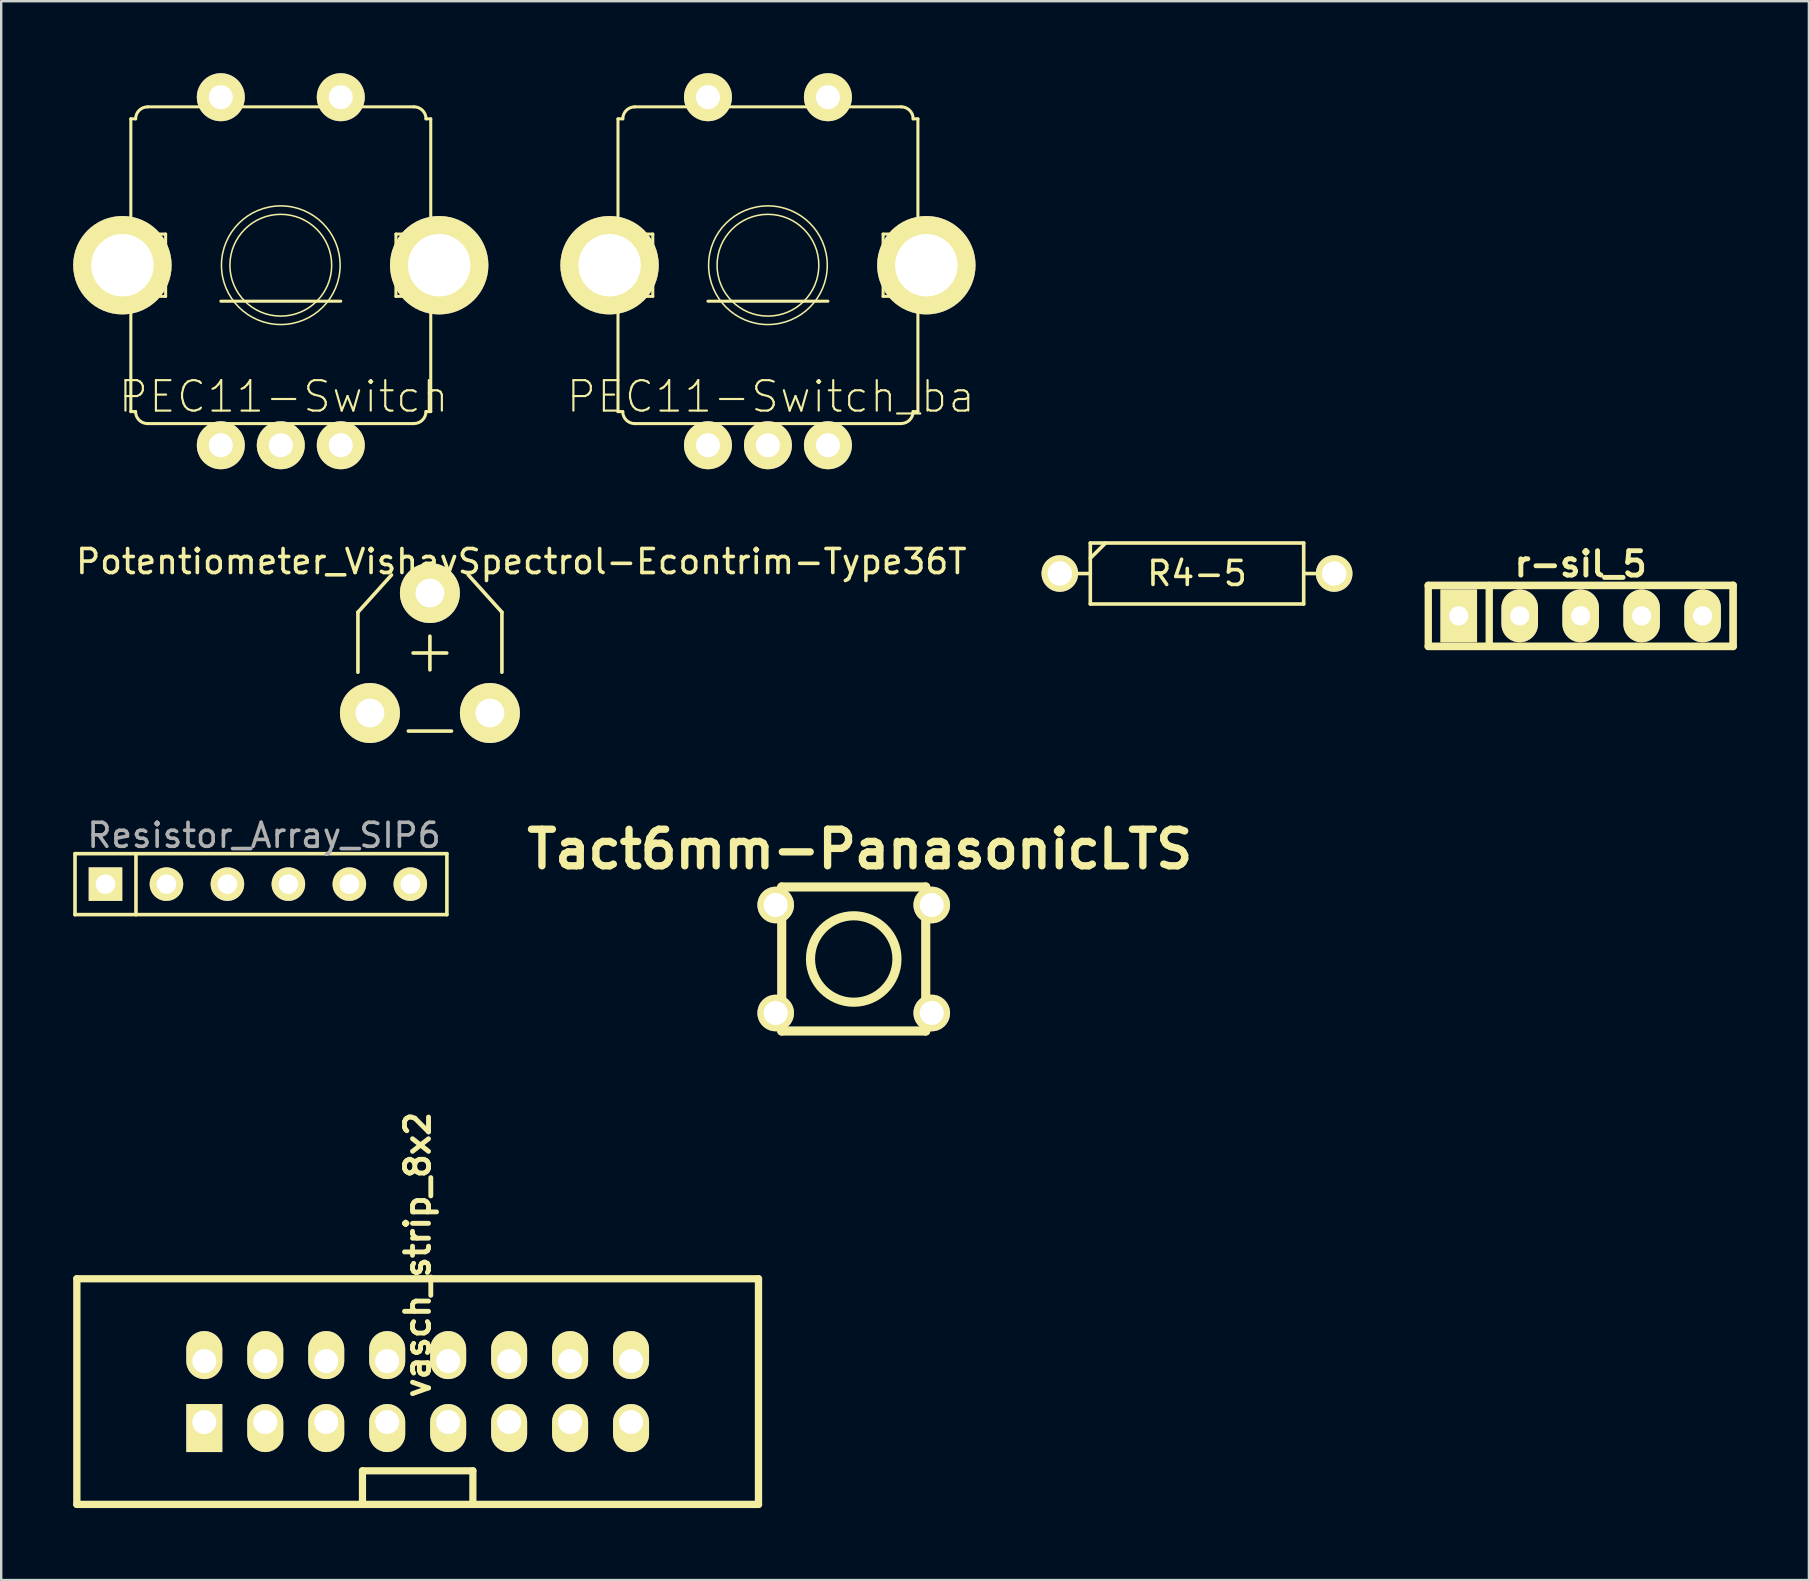
<source format=kicad_pcb>
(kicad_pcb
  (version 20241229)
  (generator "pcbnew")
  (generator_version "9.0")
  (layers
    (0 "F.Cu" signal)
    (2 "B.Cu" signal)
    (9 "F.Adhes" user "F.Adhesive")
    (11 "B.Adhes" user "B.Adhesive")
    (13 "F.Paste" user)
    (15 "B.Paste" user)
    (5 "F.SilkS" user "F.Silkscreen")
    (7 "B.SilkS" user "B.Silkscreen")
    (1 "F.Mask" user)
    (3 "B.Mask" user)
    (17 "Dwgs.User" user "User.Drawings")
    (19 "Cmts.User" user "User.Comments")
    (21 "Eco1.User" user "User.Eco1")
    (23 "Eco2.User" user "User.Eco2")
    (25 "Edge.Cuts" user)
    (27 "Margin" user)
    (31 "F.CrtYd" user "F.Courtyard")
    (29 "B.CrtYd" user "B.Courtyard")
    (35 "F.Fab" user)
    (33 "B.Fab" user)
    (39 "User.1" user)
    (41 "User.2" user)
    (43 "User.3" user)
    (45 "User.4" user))
  (footprint "Tact6mm-PanasonicLTS"
    (layer "F.Cu")
    (at 32.52 36.906)
    (property "Reference" "Tact6mm-PanasonicLTS" (at 0.254 -4.572 0) (layer "F.SilkS") (effects (font (size 1.524 1.524) (thickness 0.305))))
    (attr through_hole)
    (fp_line (start -3 -3) (end -3 3) (stroke (width 0.381) (type solid)) (layer "F.SilkS"))
    (fp_line (start -3 3) (end 3 3) (stroke (width 0.381) (type solid)) (layer "F.SilkS"))
    (fp_line (start 3 -3) (end -3 -3) (stroke (width 0.381) (type solid)) (layer "F.SilkS"))
    (fp_line (start 3 3) (end 3 -3) (stroke (width 0.381) (type solid)) (layer "F.SilkS"))
    (fp_circle (center 0 0) (end 1.801 0) (stroke (width 0.381) (type solid)) (fill no) (layer "F.SilkS"))
    (pad "1" thru_hole circle (at -3.251 -2.25) (size 1.524 1.524) (drill 1.001) (layers "*.Cu" "*.Mask" "F.SilkS"))
    (pad "1" thru_hole circle (at 3.251 -2.25) (size 1.524 1.524) (drill 1.001) (layers "*.Cu" "*.Mask" "F.SilkS"))
    (pad "2" thru_hole circle (at -3.251 2.25) (size 1.524 1.524) (drill 1.001) (layers "*.Cu" "*.Mask" "F.SilkS"))
    (pad "2" thru_hole circle (at 3.251 2.25) (size 1.524 1.524) (drill 1.001) (layers "*.Cu" "*.Mask" "F.SilkS")))
  (footprint "Resistor_Array_SIP6"
    (layer "F.Cu")
    (at 7.695 33.787)
    (property "Reference" "Resistor_Array_SIP6" (at 0.254 -2.032 0) (layer "F.Fab") (effects (font (size 1 1) (thickness 0.15))))
    (attr through_hole)
    (fp_line (start -7.62 1.27) (end -7.62 -1.27) (stroke (width 0.15) (type solid)) (layer "F.SilkS"))
    (fp_line (start -5.08 -1.27) (end -5.08 1.27) (stroke (width 0.15) (type solid)) (layer "F.SilkS"))
    (fp_line (start 7.874 -1.27) (end -7.62 -1.27) (stroke (width 0.15) (type solid)) (layer "F.SilkS"))
    (fp_line (start 7.874 -1.27) (end 7.874 1.27) (stroke (width 0.15) (type solid)) (layer "F.SilkS"))
    (fp_line (start 7.874 1.27) (end -7.62 1.27) (stroke (width 0.15) (type solid)) (layer "F.SilkS"))
    (pad "1" thru_hole rect (at -6.35 0) (size 1.397 1.397) (drill 0.813) (layers "*.Cu" "*.Mask" "F.SilkS"))
    (pad "2" thru_hole circle (at -3.81 0) (size 1.397 1.397) (drill 0.813) (layers "*.Cu" "*.Mask" "F.SilkS"))
    (pad "3" thru_hole circle (at -1.27 0) (size 1.397 1.397) (drill 0.813) (layers "*.Cu" "*.Mask" "F.SilkS"))
    (pad "4" thru_hole circle (at 1.27 0) (size 1.397 1.397) (drill 0.813) (layers "*.Cu" "*.Mask" "F.SilkS"))
    (pad "5" thru_hole circle (at 3.81 0) (size 1.397 1.397) (drill 0.813) (layers "*.Cu" "*.Mask" "F.SilkS"))
    (pad "6" thru_hole circle (at 6.35 0) (size 1.397 1.397) (drill 0.813) (layers "*.Cu" "*.Mask" "F.SilkS")))
  (footprint "R4-5"
    (placed yes)
    (layer "F.Cu")
    (at 46.822 20.845)
    (property "Reference" "R4-5" (at 0 0 0) (layer "F.SilkS") (effects (font (size 1 1) (thickness 0.15))))
    (attr through_hole)
    (fp_line (start -4.445 -1.27) (end -4.445 1.27) (stroke (width 0.15) (type solid)) (layer "F.SilkS"))
    (fp_line (start -4.445 -0.635) (end -3.81 -1.27) (stroke (width 0.15) (type solid)) (layer "F.SilkS"))
    (fp_line (start -4.445 0) (end -5.715 0) (stroke (width 0.15) (type solid)) (layer "F.SilkS"))
    (fp_line (start -4.445 1.27) (end 4.445 1.27) (stroke (width 0.15) (type solid)) (layer "F.SilkS"))
    (fp_line (start 4.445 -1.27) (end -4.445 -1.27) (stroke (width 0.15) (type solid)) (layer "F.SilkS"))
    (fp_line (start 4.445 0) (end 5.715 0) (stroke (width 0.15) (type solid)) (layer "F.SilkS"))
    (fp_line (start 4.445 1.27) (end 4.445 -1.27) (stroke (width 0.15) (type solid)) (layer "F.SilkS"))
    (pad "1" thru_hole circle (at -5.715 0) (size 1.524 1.524) (drill 1.016) (layers "*.Cu" "*.Mask" "F.SilkS"))
    (pad "2" thru_hole circle (at 5.715 0) (size 1.524 1.524) (drill 1.016) (layers "*.Cu" "*.Mask" "F.SilkS")))
  (footprint "Potentiometer_VishaySpectrol-Econtrim-Type36T"
    (placed yes)
    (layer "F.Cu")
    (at 12.363 26.657)
    (property "Reference" "Potentiometer_VishaySpectrol-Econtrim-Type36T" (at 6.309 -6.309 0) (layer "F.SilkS") (effects (font (size 1 1) (thickness 0.15))))
    (attr through_hole)
    (fp_line (start -0.5 -4.199) (end -0.5 -1.699) (stroke (width 0.15) (type solid)) (layer "F.SilkS"))
    (fp_line (start 0.899 -5.751) (end -0.5 -4.199) (stroke (width 0.15) (type solid)) (layer "F.SilkS"))
    (fp_line (start 1.6 0.752) (end 3.399 0.752) (stroke (width 0.15) (type solid)) (layer "F.SilkS"))
    (fp_line (start 1.798 -2.499) (end 3.2 -2.499) (stroke (width 0.15) (type solid)) (layer "F.SilkS"))
    (fp_line (start 2.499 -1.798) (end 2.499 -3.2) (stroke (width 0.15) (type solid)) (layer "F.SilkS"))
    (fp_line (start 4.1 -5.751) (end 5.499 -4.199) (stroke (width 0.15) (type solid)) (layer "F.SilkS"))
    (fp_line (start 5.499 -4.199) (end 5.499 -1.699) (stroke (width 0.15) (type solid)) (layer "F.SilkS"))
    (pad "1" thru_hole circle (at 0 0) (size 2.499 2.499) (drill 1.199) (layers "*.Cu" "*.Mask" "F.SilkS"))
    (pad "2" thru_hole circle (at 2.499 -4.999) (size 2.499 2.499) (drill 1.199) (layers "*.Cu" "*.Mask" "F.SilkS"))
    (pad "3" thru_hole circle (at 4.999 0) (size 2.499 2.499) (drill 1.199) (layers "*.Cu" "*.Mask" "F.SilkS")))
  (footprint "PEC11-Switch"
    (layer "F.Cu")
    (at 8.649 8)
    (property "Reference" "PEC11-Switch" (at 0.119 5.474 0) (layer "F.SilkS") (effects (font (size 1.27 1.27) (thickness 0.089))))
    (attr exclude_from_pos_files exclude_from_bom)
    (fp_line (start -6.599 -1.298) (end -6.599 1.298) (stroke (width 0.127) (type solid)) (layer "F.SilkS"))
    (fp_line (start -6.599 1.298) (end -4.798 1.298) (stroke (width 0.127) (type solid)) (layer "F.SilkS"))
    (fp_line (start -6.248 6.099) (end -6.248 -6.099) (stroke (width 0.127) (type solid)) (layer "F.SilkS"))
    (fp_line (start -6.048 -6.099) (end -6.248 -6.099) (stroke (width 0.127) (type solid)) (layer "F.SilkS"))
    (fp_line (start -6.048 6.099) (end -6.248 6.099) (stroke (width 0.127) (type solid)) (layer "F.SilkS"))
    (fp_line (start -5.55 -6.599) (end 5.55 -6.599) (stroke (width 0.127) (type solid)) (layer "F.SilkS"))
    (fp_line (start -4.798 -1.298) (end -6.599 -1.298) (stroke (width 0.127) (type solid)) (layer "F.SilkS"))
    (fp_line (start -4.798 1.298) (end -4.798 -1.298) (stroke (width 0.127) (type solid)) (layer "F.SilkS"))
    (fp_line (start -2.499 1.499) (end 2.499 1.499) (stroke (width 0.127) (type solid)) (layer "F.SilkS"))
    (fp_line (start 4.798 -1.298) (end 4.798 1.298) (stroke (width 0.127) (type solid)) (layer "F.SilkS"))
    (fp_line (start 4.798 1.298) (end 6.599 1.298) (stroke (width 0.127) (type solid)) (layer "F.SilkS"))
    (fp_line (start 5.55 6.599) (end -5.55 6.599) (stroke (width 0.127) (type solid)) (layer "F.SilkS"))
    (fp_line (start 6.048 -6.099) (end 6.248 -6.099) (stroke (width 0.127) (type solid)) (layer "F.SilkS"))
    (fp_line (start 6.048 6.099) (end 6.248 6.099) (stroke (width 0.127) (type solid)) (layer "F.SilkS"))
    (fp_line (start 6.248 -6.099) (end 6.248 6.099) (stroke (width 0.127) (type solid)) (layer "F.SilkS"))
    (fp_line (start 6.599 -1.298) (end 4.798 -1.298) (stroke (width 0.127) (type solid)) (layer "F.SilkS"))
    (fp_line (start 6.599 1.298) (end 6.599 -1.298) (stroke (width 0.127) (type solid)) (layer "F.SilkS"))
    (fp_arc (start -6.04774 -6.09854) (mid -5.901926 -6.450566) (end -5.5499 -6.59638) (stroke (width 0.127) (type solid)) (layer "F.SilkS"))
    (fp_arc (start -5.5499 6.59892) (mid -5.903722 6.452362) (end -6.05028 6.09854) (stroke (width 0.127) (type solid)) (layer "F.SilkS"))
    (fp_arc (start 5.5499 -6.59892) (mid 5.903722 -6.452362) (end 6.05028 -6.09854) (stroke (width 0.127) (type solid)) (layer "F.SilkS"))
    (fp_arc (start 6.04774 6.09854) (mid 5.901926 6.450566) (end 5.5499 6.59638) (stroke (width 0.127) (type solid)) (layer "F.SilkS"))
    (fp_circle (center 0 0) (end -1.748 1.748) (stroke (width 0.064) (type solid)) (fill no) (layer "F.SilkS"))
    (fp_circle (center 0 0) (end -1.499 1.499) (stroke (width 0.064) (type solid)) (fill no) (layer "F.SilkS"))
    (pad "P$1" thru_hole circle (at -2.499 -7) (size 1.999 1.999) (drill 1.001) (layers "*.Cu" "F.Mask" "F.SilkS" "F.Paste"))
    (pad "P$2" thru_hole circle (at 2.499 -7) (size 1.999 1.999) (drill 0.998) (layers "*.Cu" "F.Mask" "F.SilkS" "F.Paste"))
    (pad "P$A" thru_hole circle (at -2.499 7.501) (size 1.999 1.999) (drill 1.001) (layers "*.Cu" "F.Mask" "F.SilkS" "F.Paste"))
    (pad "P$B" thru_hole circle (at 2.499 7.501) (size 1.999 1.999) (drill 1.001) (layers "*.Cu" "F.Mask" "F.SilkS" "F.Paste"))
    (pad "P$C" thru_hole circle (at 0 7.501) (size 1.999 1.999) (drill 1.001) (layers "*.Cu" "F.Mask" "F.SilkS" "F.Paste"))
    (pad "P$GN" thru_hole circle (at -6.599 0) (size 4.1 4.1) (drill 2.601) (layers "*.Cu" "F.Mask" "F.SilkS" "F.Paste"))
    (pad "P$GN" thru_hole circle (at 6.599 0) (size 4.1 4.1) (drill 2.601) (layers "*.Cu" "F.Mask" "F.SilkS" "F.Paste")))
  (footprint "vasch_strip_8x2"
    (layer "F.Cu")
    (at 14.352 54.929)
    (property "Reference" "vasch_strip_8x2" (at 0 -5.7 90) (layer "F.SilkS") (effects (font (size 1 1) (thickness 0.203))))
    (attr through_hole)
    (fp_line (start -14.2 -4.7) (end -14.2 4.7) (stroke (width 0.305) (type solid)) (layer "F.SilkS"))
    (fp_line (start -14.2 4.7) (end 14.2 4.7) (stroke (width 0.305) (type solid)) (layer "F.SilkS"))
    (fp_line (start -2.3 3.3) (end -2.3 4.7) (stroke (width 0.3) (type solid)) (layer "F.SilkS"))
    (fp_line (start 2.3 3.3) (end -2.3 3.3) (stroke (width 0.3) (type solid)) (layer "F.SilkS"))
    (fp_line (start 2.3 4.7) (end 2.3 3.3) (stroke (width 0.3) (type solid)) (layer "F.SilkS"))
    (fp_line (start 14.2 -4.7) (end -14.2 -4.7) (stroke (width 0.305) (type solid)) (layer "F.SilkS"))
    (fp_line (start 14.2 -4.7) (end 14.2 4.7) (stroke (width 0.305) (type solid)) (layer "F.SilkS"))
    (pad "1" thru_hole rect (at -8.89 1.27) (size 1.5 2) (drill 1 (offset 0 0.25)) (layers "*.Cu" "*.Mask" "F.SilkS"))
    (pad "2" thru_hole oval (at -8.89 -1.27) (size 1.5 2) (drill 1 (offset 0 -0.25)) (layers "*.Cu" "*.Mask" "F.SilkS"))
    (pad "3" thru_hole oval (at -6.35 1.27) (size 1.5 2) (drill 1 (offset 0 0.25)) (layers "*.Cu" "*.Mask" "F.SilkS"))
    (pad "4" thru_hole oval (at -6.35 -1.27) (size 1.5 2) (drill 1 (offset 0 -0.25)) (layers "*.Cu" "*.Mask" "F.SilkS"))
    (pad "5" thru_hole oval (at -3.81 1.27) (size 1.5 2) (drill 1 (offset 0 0.25)) (layers "*.Cu" "*.Mask" "F.SilkS"))
    (pad "6" thru_hole oval (at -3.81 -1.27) (size 1.5 2) (drill 1 (offset 0 -0.25)) (layers "*.Cu" "*.Mask" "F.SilkS"))
    (pad "7" thru_hole oval (at -1.27 1.27) (size 1.5 2) (drill 1 (offset 0 0.25)) (layers "*.Cu" "*.Mask" "F.SilkS"))
    (pad "8" thru_hole oval (at -1.27 -1.27) (size 1.5 2) (drill 1 (offset 0 -0.25)) (layers "*.Cu" "*.Mask" "F.SilkS"))
    (pad "9" thru_hole oval (at 1.27 1.27) (size 1.5 2) (drill 1 (offset 0 0.25)) (layers "*.Cu" "*.Mask" "F.SilkS"))
    (pad "10" thru_hole oval (at 1.27 -1.27) (size 1.5 2) (drill 1 (offset 0 -0.25)) (layers "*.Cu" "*.Mask" "F.SilkS"))
    (pad "11" thru_hole oval (at 3.81 1.27) (size 1.5 2) (drill 1 (offset 0 0.25)) (layers "*.Cu" "*.Mask" "F.SilkS"))
    (pad "12" thru_hole oval (at 3.81 -1.27) (size 1.5 2) (drill 1 (offset 0 -0.25)) (layers "*.Cu" "*.Mask" "F.SilkS"))
    (pad "13" thru_hole oval (at 6.35 1.27) (size 1.5 2) (drill 1 (offset 0 0.25)) (layers "*.Cu" "*.Mask" "F.SilkS"))
    (pad "14" thru_hole oval (at 6.35 -1.27) (size 1.5 2) (drill 1 (offset 0 -0.25)) (layers "*.Cu" "*.Mask" "F.SilkS"))
    (pad "15" thru_hole oval (at 8.89 1.27) (size 1.5 2) (drill 1 (offset 0 0.25)) (layers "*.Cu" "*.Mask" "F.SilkS"))
    (pad "16" thru_hole oval (at 8.89 -1.27) (size 1.5 2) (drill 1 (offset 0 -0.25)) (layers "*.Cu" "*.Mask" "F.SilkS")))
  (footprint "r-sil_5"
    (placed yes)
    (layer "F.Cu")
    (at 62.808 22.61)
    (property "Reference" "r-sil_5" (at 0 -2.159 0) (layer "F.SilkS") (effects (font (size 1.016 1.016) (thickness 0.203))))
    (attr through_hole)
    (fp_line (start -6.35 -1.27) (end 6.35 -1.27) (stroke (width 0.318) (type solid)) (layer "F.SilkS"))
    (fp_line (start -6.35 1.27) (end -6.35 -1.27) (stroke (width 0.305) (type solid)) (layer "F.SilkS"))
    (fp_line (start -3.81 -1.27) (end -3.81 1.27) (stroke (width 0.305) (type solid)) (layer "F.SilkS"))
    (fp_line (start 6.35 -1.27) (end 6.35 1.27) (stroke (width 0.318) (type solid)) (layer "F.SilkS"))
    (fp_line (start 6.35 1.27) (end -6.35 1.27) (stroke (width 0.318) (type solid)) (layer "F.SilkS"))
    (pad "1" thru_hole rect (at -5.08 0) (size 1.524 2.2) (drill 0.8) (layers "*.Cu" "*.Mask" "F.SilkS"))
    (pad "2" thru_hole oval (at -2.54 0) (size 1.524 2.2) (drill 0.8) (layers "*.Cu" "*.Mask" "F.SilkS"))
    (pad "3" thru_hole oval (at 0 0) (size 1.524 2.2) (drill 0.8) (layers "*.Cu" "*.Mask" "F.SilkS"))
    (pad "4" thru_hole oval (at 2.54 0) (size 1.524 2.2) (drill 0.8) (layers "*.Cu" "*.Mask" "F.SilkS"))
    (pad "5" thru_hole oval (at 5.08 0) (size 1.524 2.2) (drill 0.8) (layers "*.Cu" "*.Mask" "F.SilkS")))
  (footprint "PEC11-Switch_ba"
    (layer "F.Cu")
    (at 28.946 8)
    (property "Reference" "PEC11-Switch_ba" (at 0.119 5.474 0) (layer "F.SilkS") (effects (font (size 1.27 1.27) (thickness 0.089))))
    (attr exclude_from_pos_files exclude_from_bom)
    (fp_line (start -6.599 -1.298) (end -6.599 1.298) (stroke (width 0.127) (type solid)) (layer "F.SilkS"))
    (fp_line (start -6.599 1.298) (end -4.798 1.298) (stroke (width 0.127) (type solid)) (layer "F.SilkS"))
    (fp_line (start -6.248 6.099) (end -6.248 -6.099) (stroke (width 0.127) (type solid)) (layer "F.SilkS"))
    (fp_line (start -6.048 -6.099) (end -6.248 -6.099) (stroke (width 0.127) (type solid)) (layer "F.SilkS"))
    (fp_line (start -6.048 6.099) (end -6.248 6.099) (stroke (width 0.127) (type solid)) (layer "F.SilkS"))
    (fp_line (start -5.55 -6.599) (end 5.55 -6.599) (stroke (width 0.127) (type solid)) (layer "F.SilkS"))
    (fp_line (start -4.798 -1.298) (end -6.599 -1.298) (stroke (width 0.127) (type solid)) (layer "F.SilkS"))
    (fp_line (start -4.798 1.298) (end -4.798 -1.298) (stroke (width 0.127) (type solid)) (layer "F.SilkS"))
    (fp_line (start -2.499 1.499) (end 2.499 1.499) (stroke (width 0.127) (type solid)) (layer "F.SilkS"))
    (fp_line (start 4.798 -1.298) (end 4.798 1.298) (stroke (width 0.127) (type solid)) (layer "F.SilkS"))
    (fp_line (start 4.798 1.298) (end 6.599 1.298) (stroke (width 0.127) (type solid)) (layer "F.SilkS"))
    (fp_line (start 5.55 6.599) (end -5.55 6.599) (stroke (width 0.127) (type solid)) (layer "F.SilkS"))
    (fp_line (start 6.048 -6.099) (end 6.248 -6.099) (stroke (width 0.127) (type solid)) (layer "F.SilkS"))
    (fp_line (start 6.048 6.099) (end 6.248 6.099) (stroke (width 0.127) (type solid)) (layer "F.SilkS"))
    (fp_line (start 6.248 -6.099) (end 6.248 6.099) (stroke (width 0.127) (type solid)) (layer "F.SilkS"))
    (fp_line (start 6.599 -1.298) (end 4.798 -1.298) (stroke (width 0.127) (type solid)) (layer "F.SilkS"))
    (fp_line (start 6.599 1.298) (end 6.599 -1.298) (stroke (width 0.127) (type solid)) (layer "F.SilkS"))
    (fp_arc (start -6.04774 -6.09854) (mid -5.901926 -6.450566) (end -5.5499 -6.59638) (stroke (width 0.127) (type solid)) (layer "F.SilkS"))
    (fp_arc (start -5.5499 6.59892) (mid -5.903722 6.452362) (end -6.05028 6.09854) (stroke (width 0.127) (type solid)) (layer "F.SilkS"))
    (fp_arc (start 5.5499 -6.59892) (mid 5.903722 -6.452362) (end 6.05028 -6.09854) (stroke (width 0.127) (type solid)) (layer "F.SilkS"))
    (fp_arc (start 6.04774 6.09854) (mid 5.901926 6.450566) (end 5.5499 6.59638) (stroke (width 0.127) (type solid)) (layer "F.SilkS"))
    (fp_circle (center 0 0) (end -1.748 1.748) (stroke (width 0.064) (type solid)) (fill no) (layer "F.SilkS"))
    (fp_circle (center 0 0) (end -1.499 1.499) (stroke (width 0.064) (type solid)) (fill no) (layer "F.SilkS"))
    (pad "P$1" thru_hole circle (at -2.499 -7) (size 1.999 1.999) (drill 1.001) (layers "*.Cu" "F.Mask" "F.SilkS" "F.Paste"))
    (pad "P$2" thru_hole circle (at 2.499 -7) (size 1.999 1.999) (drill 0.998) (layers "*.Cu" "F.Mask" "F.SilkS" "F.Paste"))
    (pad "P$A" thru_hole circle (at 2.499 7.501) (size 1.999 1.999) (drill 1.001) (layers "*.Cu" "F.Mask" "F.SilkS" "F.Paste"))
    (pad "P$B" thru_hole circle (at -2.499 7.501) (size 1.999 1.999) (drill 1.001) (layers "*.Cu" "F.Mask" "F.SilkS" "F.Paste"))
    (pad "P$C" thru_hole circle (at 0 7.501) (size 1.999 1.999) (drill 1.001) (layers "*.Cu" "F.Mask" "F.SilkS" "F.Paste"))
    (pad "P$GN" thru_hole circle (at -6.599 0) (size 4.1 4.1) (drill 2.601) (layers "*.Cu" "F.Mask" "F.SilkS" "F.Paste"))
    (pad "P$GN" thru_hole circle (at 6.599 0) (size 4.1 4.1) (drill 2.601) (layers "*.Cu" "F.Mask" "F.SilkS" "F.Paste")))
  (gr_rect
    (start -3 -3)
    (end 72.317 62.782)
    (stroke (width 0.1) (type default))
    (fill no)
    (layer "Edge.Cuts")))
</source>
